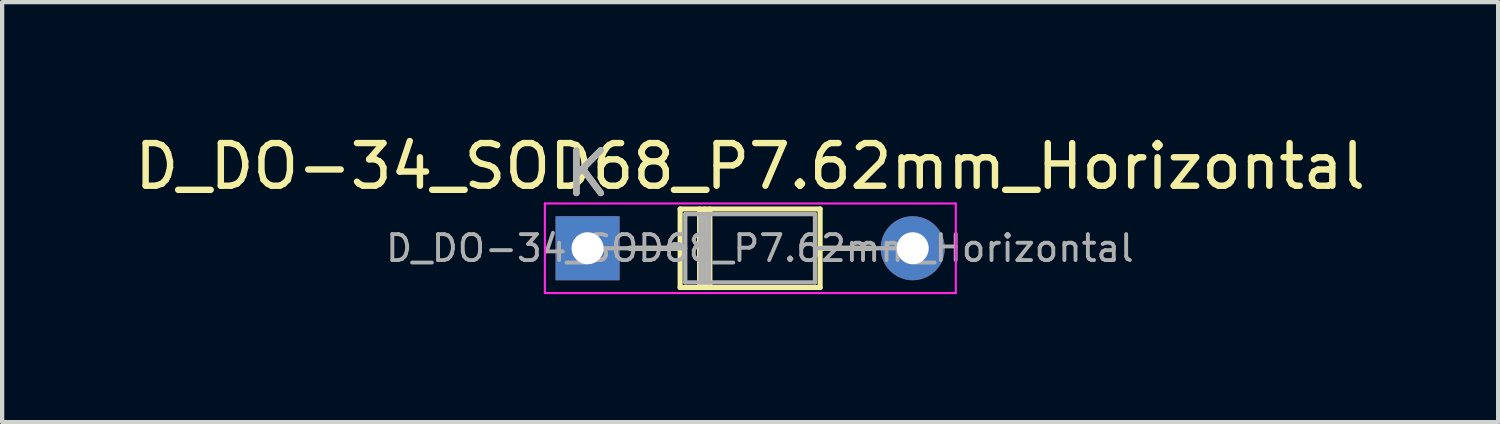
<source format=kicad_pcb>
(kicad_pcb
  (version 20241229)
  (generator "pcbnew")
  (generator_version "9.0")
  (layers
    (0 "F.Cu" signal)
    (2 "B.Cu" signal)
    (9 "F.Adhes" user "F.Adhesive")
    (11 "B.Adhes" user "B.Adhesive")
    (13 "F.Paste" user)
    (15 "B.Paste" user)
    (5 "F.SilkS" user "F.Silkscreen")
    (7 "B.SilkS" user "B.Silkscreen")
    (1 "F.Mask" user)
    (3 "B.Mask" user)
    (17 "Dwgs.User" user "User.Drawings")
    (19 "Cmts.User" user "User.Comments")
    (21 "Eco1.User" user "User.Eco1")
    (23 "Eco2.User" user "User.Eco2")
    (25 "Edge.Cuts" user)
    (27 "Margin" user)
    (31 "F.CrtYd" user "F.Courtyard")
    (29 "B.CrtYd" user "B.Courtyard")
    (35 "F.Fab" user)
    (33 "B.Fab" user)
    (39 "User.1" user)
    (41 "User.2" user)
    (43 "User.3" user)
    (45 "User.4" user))
  (footprint "D_DO-34_SOD68_P7.62mm_Horizontal"
    (layer "F.Cu")
    (at 10.72 2.768)
    (property "Reference" "D_DO-34_SOD68_P7.62mm_Horizontal" (at 3.81 -1.92 0) (layer "F.SilkS") (effects (font (size 1 1) (thickness 0.15))))
    (attr through_hole)
    (fp_line (start 0.99 0) (end 2.17 0) (stroke (width 0.12) (type solid)) (layer "F.SilkS"))
    (fp_line (start 2.17 -0.92) (end 2.17 0.92) (stroke (width 0.12) (type solid)) (layer "F.SilkS"))
    (fp_line (start 2.17 0.92) (end 5.45 0.92) (stroke (width 0.12) (type solid)) (layer "F.SilkS"))
    (fp_line (start 2.626 -0.92) (end 2.626 0.92) (stroke (width 0.12) (type solid)) (layer "F.SilkS"))
    (fp_line (start 2.746 -0.92) (end 2.746 0.92) (stroke (width 0.12) (type solid)) (layer "F.SilkS"))
    (fp_line (start 2.866 -0.92) (end 2.866 0.92) (stroke (width 0.12) (type solid)) (layer "F.SilkS"))
    (fp_line (start 5.45 -0.92) (end 2.17 -0.92) (stroke (width 0.12) (type solid)) (layer "F.SilkS"))
    (fp_line (start 5.45 0.92) (end 5.45 -0.92) (stroke (width 0.12) (type solid)) (layer "F.SilkS"))
    (fp_line (start 6.63 0) (end 5.45 0) (stroke (width 0.12) (type solid)) (layer "F.SilkS"))
    (fp_line (start -1 -1.05) (end -1 1.05) (stroke (width 0.05) (type solid)) (layer "F.CrtYd"))
    (fp_line (start -1 1.05) (end 8.63 1.05) (stroke (width 0.05) (type solid)) (layer "F.CrtYd"))
    (fp_line (start 8.63 -1.05) (end -1 -1.05) (stroke (width 0.05) (type solid)) (layer "F.CrtYd"))
    (fp_line (start 8.63 1.05) (end 8.63 -1.05) (stroke (width 0.05) (type solid)) (layer "F.CrtYd"))
    (fp_line (start 0 0) (end 2.29 0) (stroke (width 0.1) (type solid)) (layer "F.Fab"))
    (fp_line (start 2.29 -0.8) (end 2.29 0.8) (stroke (width 0.1) (type solid)) (layer "F.Fab"))
    (fp_line (start 2.29 0.8) (end 5.33 0.8) (stroke (width 0.1) (type solid)) (layer "F.Fab"))
    (fp_line (start 2.646 -0.8) (end 2.646 0.8) (stroke (width 0.1) (type solid)) (layer "F.Fab"))
    (fp_line (start 2.746 -0.8) (end 2.746 0.8) (stroke (width 0.1) (type solid)) (layer "F.Fab"))
    (fp_line (start 2.846 -0.8) (end 2.846 0.8) (stroke (width 0.1) (type solid)) (layer "F.Fab"))
    (fp_line (start 5.33 -0.8) (end 2.29 -0.8) (stroke (width 0.1) (type solid)) (layer "F.Fab"))
    (fp_line (start 5.33 0.8) (end 5.33 -0.8) (stroke (width 0.1) (type solid)) (layer "F.Fab"))
    (fp_line (start 7.62 0) (end 5.33 0) (stroke (width 0.1) (type solid)) (layer "F.Fab"))
    (fp_text user "K" (at 0 -1.75 0) (layer "F.SilkS") (effects (font (size 1 1) (thickness 0.15))))
    (fp_text user "K" (at 0 -1.75 0) (layer "F.Fab") (effects (font (size 1 1) (thickness 0.15))))
    (fp_text user "${REFERENCE}" (at 4.038 0 0) (layer "F.Fab") (effects (font (size 0.608 0.608) (thickness 0.091))))
    (pad "1" thru_hole rect (at 0 0) (size 1.5 1.5) (drill 0.75) (layers "*.Cu" "*.Mask"))
    (pad "2" thru_hole oval (at 7.62 0) (size 1.5 1.5) (drill 0.75) (layers "*.Cu" "*.Mask")))
  (gr_rect
    (start -3 -3)
    (end 32.06 6.843)
    (stroke (width 0.1) (type default))
    (fill no)
    (layer "Edge.Cuts")))
</source>
